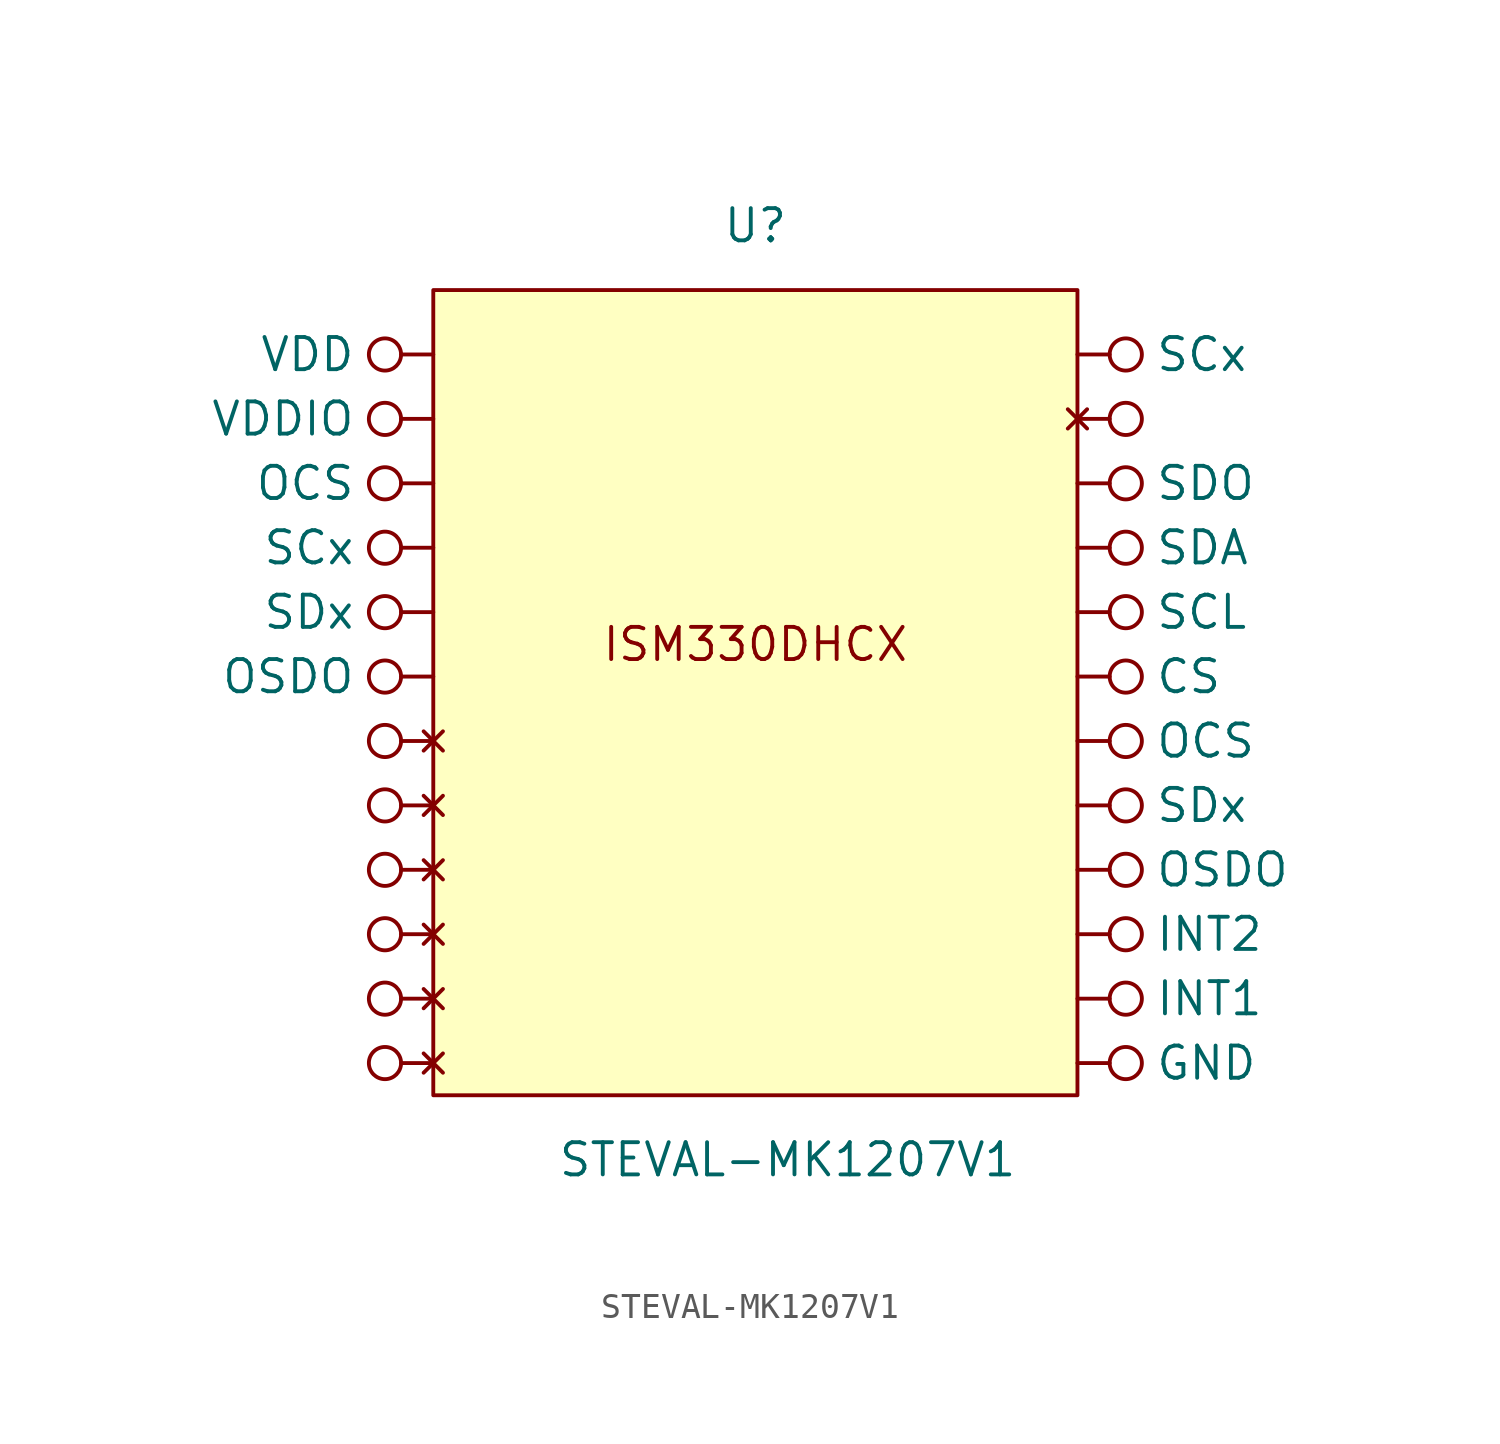
<source format=kicad_sym>
(kicad_symbol_lib
  (version 20211014)
  (generator kicad_symbol_editor)
  (symbol "STEVAL-MK1207V1"
    (property "Reference" "U"
      (at 0 0 0)
      (effects (font (size 1.27 1.27))))
    (property "Value" "STEVAL-MK1207V1"
      (at 1.27 -36.83 0)
      (effects (font (size 1.27 1.27))))
    (symbol "STEVAL-MK1207V1_0_0"
      (text "ISM330DHCX" (at 0 -16.51 0) (effects (font (size 1.27 1.27)))))
    (symbol "STEVAL-MK1207V1_0_1"
      (rectangle (start -12.7 -2.54) (end 12.7 -34.29) (stroke (width 0) (type default) (color 0 0 0 0)) (fill (type background))))
    (symbol "STEVAL-MK1207V1_1_1"
      (pin no_connect inverted (at -12.7 -33.02 180) (length 2.54) (name "" (effects (font (size 1.27 1.27)))) (number "" (effects (font (size 1.27 1.27)))))
      (pin no_connect inverted (at -12.7 -30.48 180) (length 2.54) (name "" (effects (font (size 1.27 1.27)))) (number "" (effects (font (size 1.27 1.27)))))
      (pin no_connect inverted (at -12.7 -27.94 180) (length 2.54) (name "" (effects (font (size 1.27 1.27)))) (number "" (effects (font (size 1.27 1.27)))))
      (pin no_connect inverted (at -12.7 -25.4 180) (length 2.54) (name "" (effects (font (size 1.27 1.27)))) (number "" (effects (font (size 1.27 1.27)))))
      (pin no_connect inverted (at -12.7 -22.86 180) (length 2.54) (name "" (effects (font (size 1.27 1.27)))) (number "" (effects (font (size 1.27 1.27)))))
      (pin no_connect inverted (at -12.7 -20.32 180) (length 2.54) (name "" (effects (font (size 1.27 1.27)))) (number "" (effects (font (size 1.27 1.27)))))
      (pin no_connect inverted (at 12.7 -7.62 0) (length 2.54) (name "" (effects (font (size 1.27 1.27)))) (number "" (effects (font (size 1.27 1.27)))))
      (pin input inverted (at 12.7 -17.78 0) (length 2.54) (name "CS" (effects (font (size 1.27 1.27)))) (number "" (effects (font (size 1.27 1.27)))))
      (pin power_in inverted (at 12.7 -33.02 0) (length 2.54) (name "GND" (effects (font (size 1.27 1.27)))) (number "" (effects (font (size 1.27 1.27)))))
      (pin output inverted (at 12.7 -30.48 0) (length 2.54) (name "INT1" (effects (font (size 1.27 1.27)))) (number "" (effects (font (size 1.27 1.27)))))
      (pin output inverted (at 12.7 -27.94 0) (length 2.54) (name "INT2" (effects (font (size 1.27 1.27)))) (number "" (effects (font (size 1.27 1.27)))))
      (pin bidirectional inverted (at -12.7 -10.16 180) (length 2.54) (name "OCS" (effects (font (size 1.27 1.27)))) (number "" (effects (font (size 1.27 1.27)))))
      (pin input inverted (at 12.7 -20.32 0) (length 2.54) (name "OCS" (effects (font (size 1.27 1.27)))) (number "" (effects (font (size 1.27 1.27)))))
      (pin input inverted (at -12.7 -17.78 180) (length 2.54) (name "OSDO" (effects (font (size 1.27 1.27)))) (number "" (effects (font (size 1.27 1.27)))))
      (pin output inverted (at 12.7 -25.4 0) (length 2.54) (name "OSDO" (effects (font (size 1.27 1.27)))) (number "" (effects (font (size 1.27 1.27)))))
      (pin input inverted (at 12.7 -15.24 0) (length 2.54) (name "SCL" (effects (font (size 1.27 1.27)))) (number "" (effects (font (size 1.27 1.27)))))
      (pin input inverted (at -12.7 -12.7 180) (length 2.54) (name "SCx" (effects (font (size 1.27 1.27)))) (number "" (effects (font (size 1.27 1.27)))))
      (pin input inverted (at 12.7 -5.08 0) (length 2.54) (name "SCx" (effects (font (size 1.27 1.27)))) (number "" (effects (font (size 1.27 1.27)))))
      (pin bidirectional inverted (at 12.7 -12.7 0) (length 2.54) (name "SDA" (effects (font (size 1.27 1.27)))) (number "" (effects (font (size 1.27 1.27)))))
      (pin bidirectional inverted (at 12.7 -10.16 0) (length 2.54) (name "SDO" (effects (font (size 1.27 1.27)))) (number "" (effects (font (size 1.27 1.27)))))
      (pin input inverted (at -12.7 -15.24 180) (length 2.54) (name "SDx" (effects (font (size 1.27 1.27)))) (number "" (effects (font (size 1.27 1.27)))))
      (pin input inverted (at 12.7 -22.86 0) (length 2.54) (name "SDx" (effects (font (size 1.27 1.27)))) (number "" (effects (font (size 1.27 1.27)))))
      (pin power_in inverted (at -12.7 -5.08 180) (length 2.54) (name "VDD" (effects (font (size 1.27 1.27)))) (number "" (effects (font (size 1.27 1.27)))))
      (pin power_in inverted (at -12.7 -7.62 180) (length 2.54) (name "VDDIO" (effects (font (size 1.27 1.27)))) (number "" (effects (font (size 1.27 1.27))))))))
</source>
